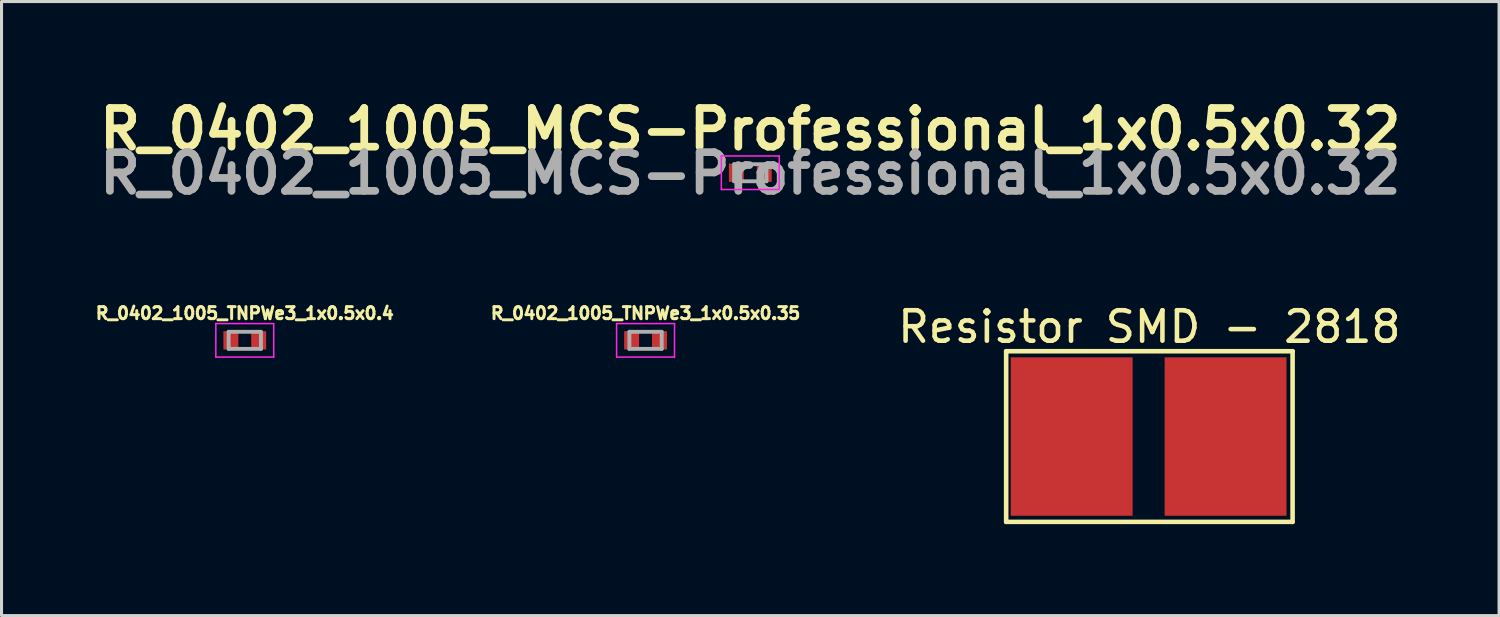
<source format=kicad_pcb>
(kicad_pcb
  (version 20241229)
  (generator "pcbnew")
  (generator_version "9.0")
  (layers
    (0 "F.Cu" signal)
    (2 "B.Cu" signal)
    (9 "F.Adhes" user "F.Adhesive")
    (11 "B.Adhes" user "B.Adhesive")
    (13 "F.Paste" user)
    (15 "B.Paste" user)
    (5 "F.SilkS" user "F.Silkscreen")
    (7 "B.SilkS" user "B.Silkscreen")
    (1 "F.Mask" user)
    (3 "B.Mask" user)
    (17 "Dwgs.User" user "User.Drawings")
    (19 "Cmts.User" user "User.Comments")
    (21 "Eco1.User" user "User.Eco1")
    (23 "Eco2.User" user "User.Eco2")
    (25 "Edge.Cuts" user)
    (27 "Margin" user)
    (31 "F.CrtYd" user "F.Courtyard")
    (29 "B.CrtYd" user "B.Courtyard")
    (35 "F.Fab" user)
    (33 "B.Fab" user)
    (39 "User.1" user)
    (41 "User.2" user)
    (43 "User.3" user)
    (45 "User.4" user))
  (footprint "R_0402_1005_TNPWe3_1x0.5x0.4"
    (layer "F.Cu")
    (at 4.983 8.11)
    (property "Reference" "R_0402_1005_TNPWe3_1x0.5x0.4" (at 0 -0.88 0) (layer "F.SilkS") (effects (font (size 0.394 0.394) (thickness 0.098))))
    (attr smd)
    (fp_line (start -0.95 -0.541) (end 0.95 -0.541) (stroke (width 0.05) (type solid)) (layer "F.CrtYd"))
    (fp_line (start -0.95 0.559) (end -0.95 -0.541) (stroke (width 0.05) (type solid)) (layer "F.CrtYd"))
    (fp_line (start -0.95 0.559) (end 0.95 0.559) (stroke (width 0.05) (type solid)) (layer "F.CrtYd"))
    (fp_line (start 0.95 0.559) (end 0.95 -0.541) (stroke (width 0.05) (type solid)) (layer "F.CrtYd"))
    (fp_line (start -0.53 0.289) (end -0.53 -0.271) (stroke (width 0.127) (type solid)) (layer "F.Fab"))
    (fp_line (start 0.53 -0.271) (end -0.53 -0.271) (stroke (width 0.127) (type solid)) (layer "F.Fab"))
    (fp_line (start 0.53 0.289) (end -0.53 0.289) (stroke (width 0.127) (type solid)) (layer "F.Fab"))
    (fp_line (start 0.53 0.289) (end 0.53 -0.271) (stroke (width 0.127) (type solid)) (layer "F.Fab"))
    (pad "1" smd rect (at -0.457 0.009) (size 0.49 0.6) (layers "F.Cu" "F.Mask" "F.Paste"))
    (pad "2" smd rect (at 0.457 0.009) (size 0.49 0.6) (layers "F.Cu" "F.Mask" "F.Paste")))
  (footprint "R_0402_1005_MCS-Professional_1x0.5x0.32"
    (layer "F.Cu")
    (at 21.572 2.639)
    (property "Reference" "R_0402_1005_MCS-Professional_1x0.5x0.32" (at 0 -1.45 0) (layer "F.SilkS") (effects (font (size 1.27 1.27) (thickness 0.254))))
    (attr smd)
    (fp_line (start -0.95 -0.57) (end 0.95 -0.57) (stroke (width 0.05) (type solid)) (layer "F.CrtYd"))
    (fp_line (start -0.95 0.53) (end -0.95 -0.57) (stroke (width 0.05) (type solid)) (layer "F.CrtYd"))
    (fp_line (start -0.95 0.53) (end 0.95 0.53) (stroke (width 0.05) (type solid)) (layer "F.CrtYd"))
    (fp_line (start 0.95 0.53) (end 0.95 -0.57) (stroke (width 0.05) (type solid)) (layer "F.CrtYd"))
    (fp_line (start -0.53 0.26) (end -0.53 -0.3) (stroke (width 0.127) (type solid)) (layer "F.Fab"))
    (fp_line (start 0.53 -0.3) (end -0.53 -0.3) (stroke (width 0.127) (type solid)) (layer "F.Fab"))
    (fp_line (start 0.53 0.26) (end -0.53 0.26) (stroke (width 0.127) (type solid)) (layer "F.Fab"))
    (fp_line (start 0.53 0.26) (end 0.53 -0.3) (stroke (width 0.127) (type solid)) (layer "F.Fab"))
    (fp_text user "${REFERENCE}" (at 0 0 0) (layer "F.Fab") (effects (font (size 1.27 1.27) (thickness 0.254))))
    (pad "1" smd rect (at -0.457 -0.02) (size 0.49 0.6) (layers "F.Cu" "F.Mask" "F.Paste"))
    (pad "2" smd rect (at 0.457 -0.02) (size 0.49 0.6) (layers "F.Cu" "F.Mask" "F.Paste")))
  (footprint "R_0402_1005_TNPWe3_1x0.5x0.35"
    (layer "F.Cu")
    (at 18.135 8.11)
    (property "Reference" "R_0402_1005_TNPWe3_1x0.5x0.35" (at 0 -0.88 0) (layer "F.SilkS") (effects (font (size 0.394 0.394) (thickness 0.098))))
    (attr smd)
    (fp_line (start -0.95 -0.541) (end 0.95 -0.541) (stroke (width 0.05) (type solid)) (layer "F.CrtYd"))
    (fp_line (start -0.95 0.559) (end -0.95 -0.541) (stroke (width 0.05) (type solid)) (layer "F.CrtYd"))
    (fp_line (start -0.95 0.559) (end 0.95 0.559) (stroke (width 0.05) (type solid)) (layer "F.CrtYd"))
    (fp_line (start 0.95 0.559) (end 0.95 -0.541) (stroke (width 0.05) (type solid)) (layer "F.CrtYd"))
    (fp_line (start -0.53 0.289) (end -0.53 -0.271) (stroke (width 0.127) (type solid)) (layer "F.Fab"))
    (fp_line (start 0.53 -0.271) (end -0.53 -0.271) (stroke (width 0.127) (type solid)) (layer "F.Fab"))
    (fp_line (start 0.53 0.289) (end -0.53 0.289) (stroke (width 0.127) (type solid)) (layer "F.Fab"))
    (fp_line (start 0.53 0.289) (end 0.53 -0.271) (stroke (width 0.127) (type solid)) (layer "F.Fab"))
    (pad "1" smd rect (at -0.457 0.009) (size 0.49 0.6) (layers "F.Cu" "F.Mask" "F.Paste"))
    (pad "2" smd rect (at 0.457 0.009) (size 0.49 0.6) (layers "F.Cu" "F.Mask" "F.Paste")))
  (footprint "Resistor SMD - 2818"
    (layer "F.Cu")
    (at 32.369 11.276)
    (property "Reference" "Resistor SMD - 2818" (at 2.3 -3.6 0) (layer "F.SilkS") (effects (font (size 1 1) (thickness 0.15))))
    (attr through_hole)
    (fp_line (start -2.4 -2.8) (end 7 -2.8) (stroke (width 0.15) (type solid)) (layer "F.SilkS"))
    (fp_line (start -2.4 2.8) (end -2.4 -2.8) (stroke (width 0.15) (type solid)) (layer "F.SilkS"))
    (fp_line (start 7 -2.8) (end 7 2.8) (stroke (width 0.15) (type solid)) (layer "F.SilkS"))
    (fp_line (start 7 2.8) (end -2.4 2.8) (stroke (width 0.15) (type solid)) (layer "F.SilkS"))
    (pad "1" smd rect (at -0.25 0) (size 4 5.2) (layers "F.Cu" "F.Mask" "F.Paste"))
    (pad "2" smd rect (at 4.8 0) (size 4 5.2) (layers "F.Cu" "F.Mask" "F.Paste")))
  (gr_rect
    (start -3 -3)
    (end 46.144 17.151)
    (stroke (width 0.1) (type default))
    (fill no)
    (layer "Edge.Cuts")))
</source>
